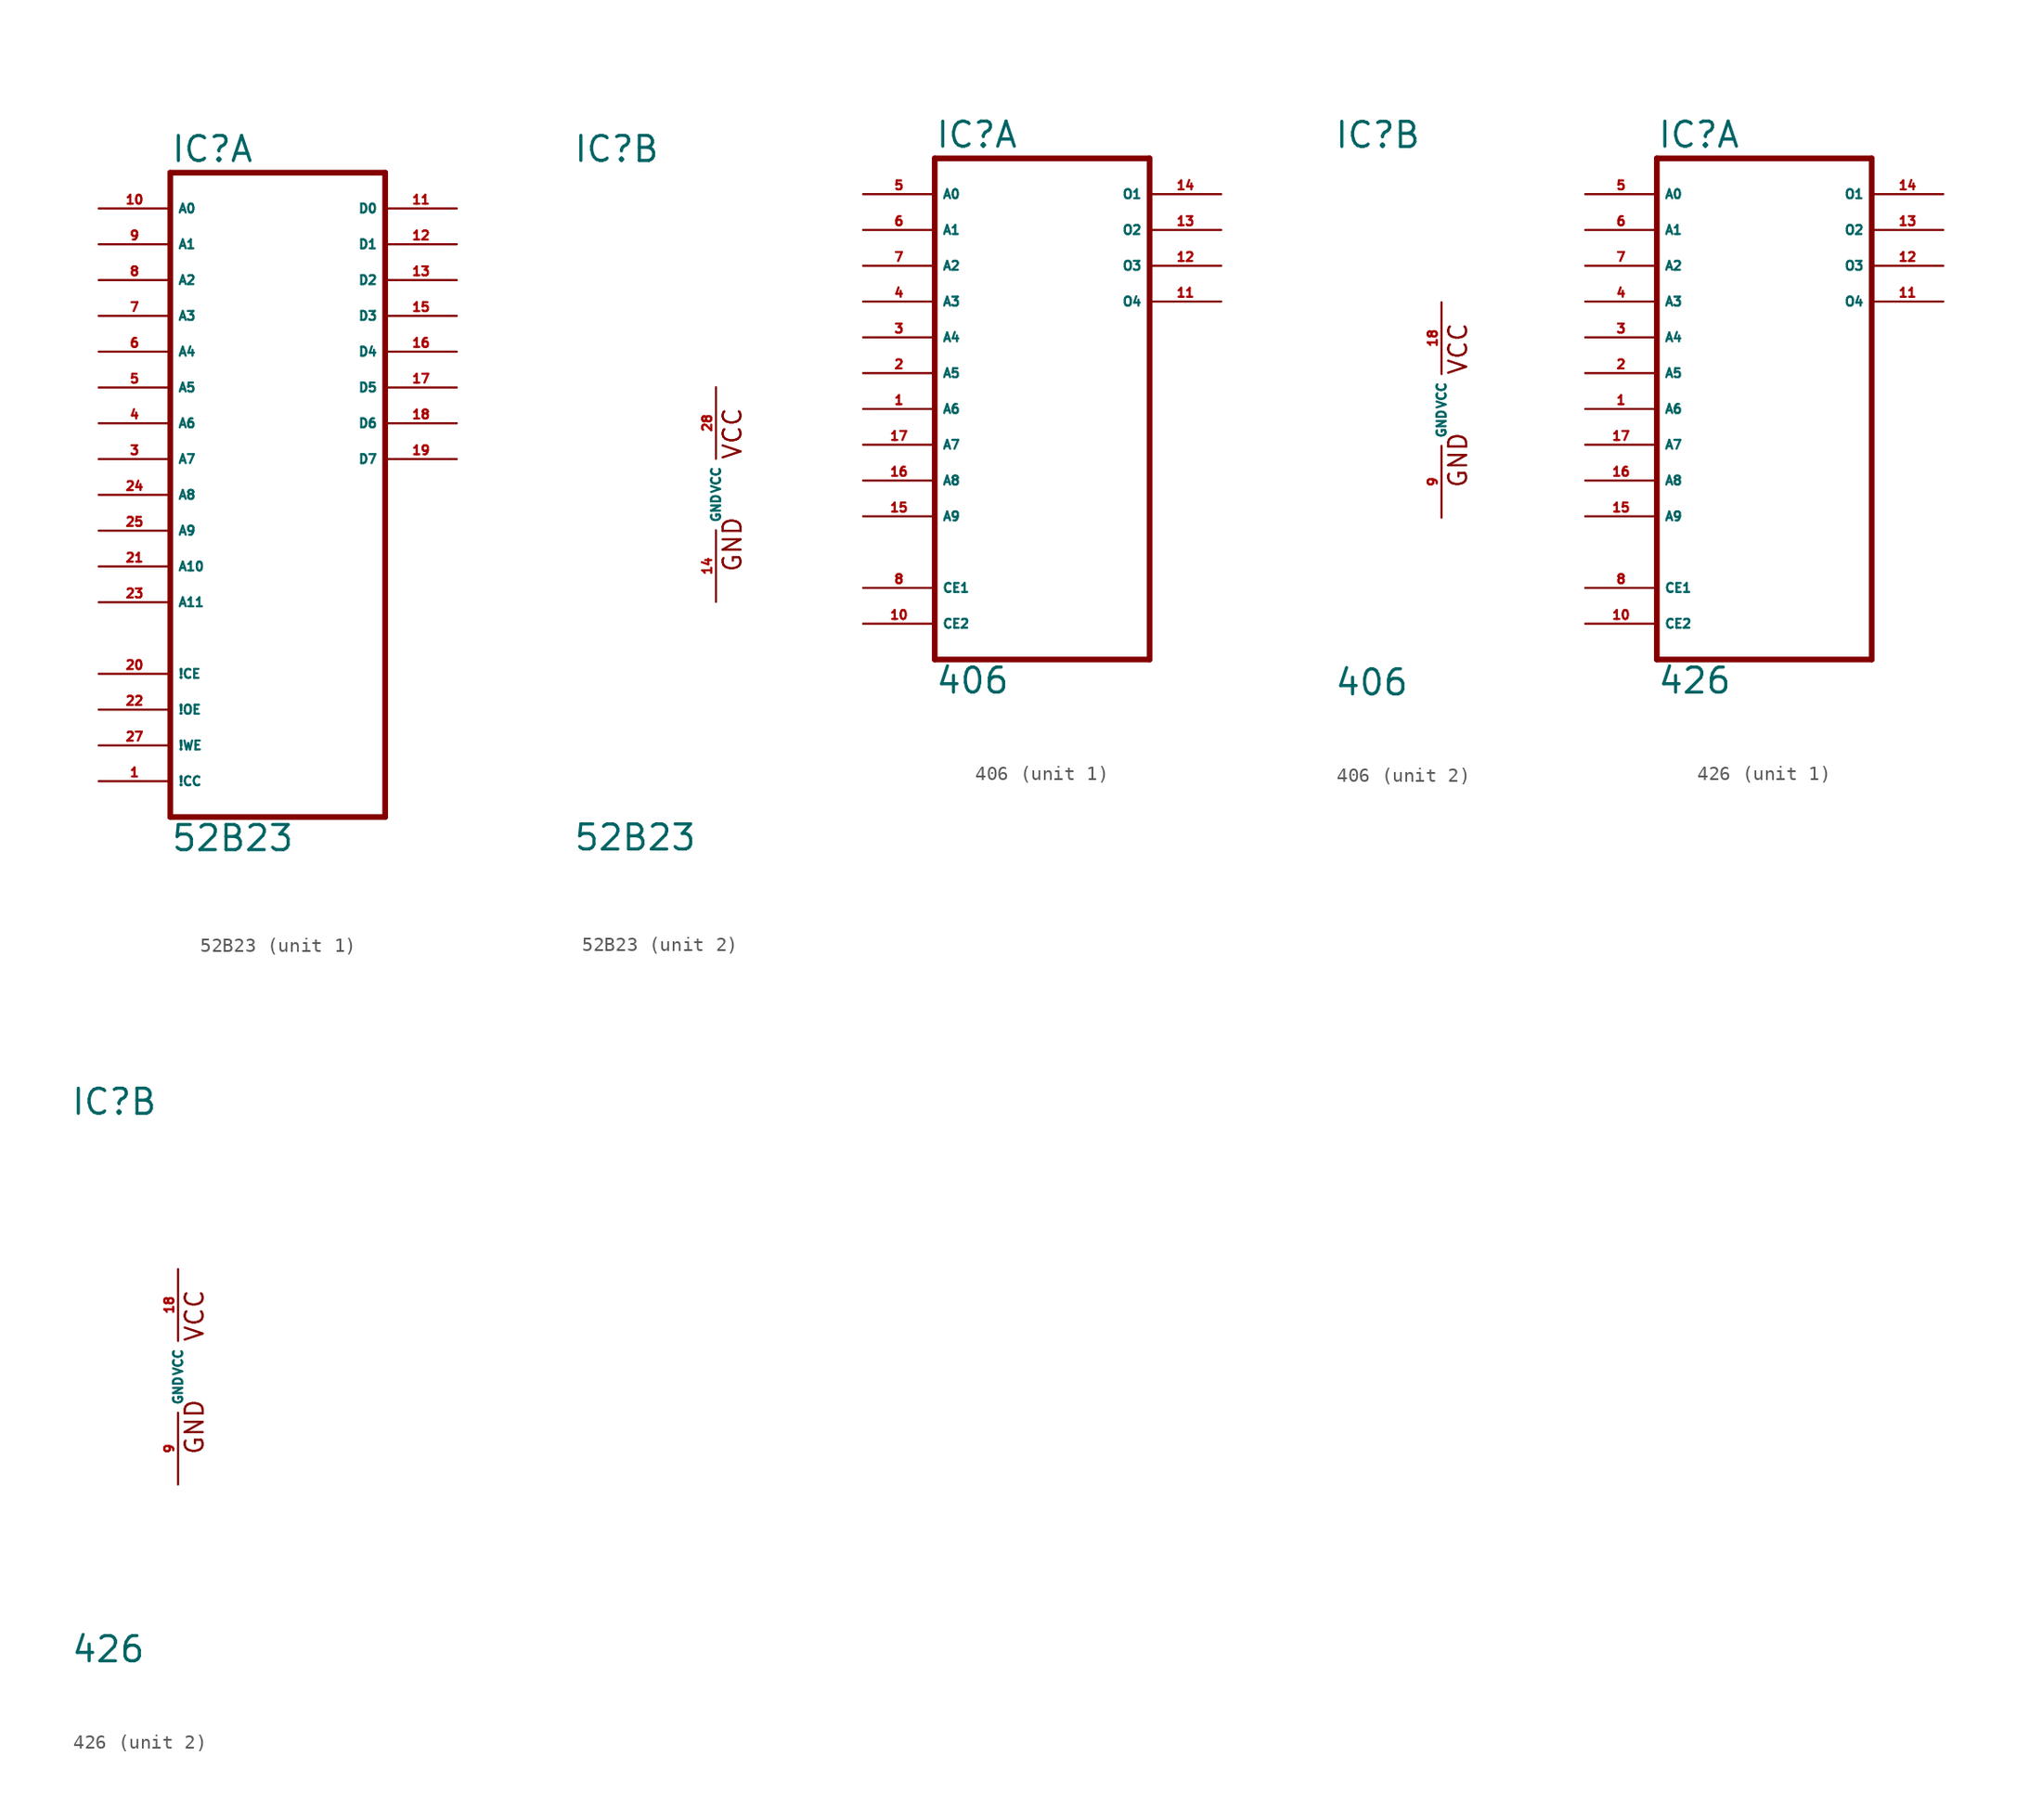
<source format=kicad_sym>
(kicad_symbol_lib
  (version 20220914)
  (generator Eagle2Kicad)
  (symbol "52B23"
    (property "Reference" "IC"
      (at -10.16 23.495 0)
      (effects (font (size 1.778 1.778) (thickness 0.22)) (justify left bottom)))
    (property "Value" "52B23"
      (at -10.16 -25.4 0)
      (effects (font (size 1.778 1.778) (thickness 0.22)) (justify left bottom)))
    (symbol "52B23_1_0"
      (polyline (pts (xy -10.16 -22.86) (xy 5.08 -22.86)) (stroke (width 0.406) (type default)) (fill (type none)))
      (polyline (pts (xy 5.08 -22.86) (xy 5.08 22.86)) (stroke (width 0.406) (type default)) (fill (type none)))
      (polyline (pts (xy 5.08 22.86) (xy -10.16 22.86)) (stroke (width 0.406) (type default)) (fill (type none)))
      (polyline (pts (xy -10.16 22.86) (xy -10.16 -22.86)) (stroke (width 0.406) (type default)) (fill (type none)))
      (pin input line (at -15.24 -20.32 0) (length 5.08) (name "!CC" (effects (font (size 0.635 0.635) (thickness 0.08)) (justify left bottom))) (number "1" (effects (font (size 0.635 0.635) (thickness 0.08)) (justify left bottom))))
      (pin input line (at -15.24 2.54 0) (length 5.08) (name "A7" (effects (font (size 0.635 0.635) (thickness 0.08)) (justify left bottom))) (number "3" (effects (font (size 0.635 0.635) (thickness 0.08)) (justify left bottom))))
      (pin input line (at -15.24 5.08 0) (length 5.08) (name "A6" (effects (font (size 0.635 0.635) (thickness 0.08)) (justify left bottom))) (number "4" (effects (font (size 0.635 0.635) (thickness 0.08)) (justify left bottom))))
      (pin input line (at -15.24 7.62 0) (length 5.08) (name "A5" (effects (font (size 0.635 0.635) (thickness 0.08)) (justify left bottom))) (number "5" (effects (font (size 0.635 0.635) (thickness 0.08)) (justify left bottom))))
      (pin input line (at -15.24 10.16 0) (length 5.08) (name "A4" (effects (font (size 0.635 0.635) (thickness 0.08)) (justify left bottom))) (number "6" (effects (font (size 0.635 0.635) (thickness 0.08)) (justify left bottom))))
      (pin input line (at -15.24 12.7 0) (length 5.08) (name "A3" (effects (font (size 0.635 0.635) (thickness 0.08)) (justify left bottom))) (number "7" (effects (font (size 0.635 0.635) (thickness 0.08)) (justify left bottom))))
      (pin input line (at -15.24 15.24 0) (length 5.08) (name "A2" (effects (font (size 0.635 0.635) (thickness 0.08)) (justify left bottom))) (number "8" (effects (font (size 0.635 0.635) (thickness 0.08)) (justify left bottom))))
      (pin input line (at -15.24 17.78 0) (length 5.08) (name "A1" (effects (font (size 0.635 0.635) (thickness 0.08)) (justify left bottom))) (number "9" (effects (font (size 0.635 0.635) (thickness 0.08)) (justify left bottom))))
      (pin input line (at -15.24 20.32 0) (length 5.08) (name "A0" (effects (font (size 0.635 0.635) (thickness 0.08)) (justify left bottom))) (number "10" (effects (font (size 0.635 0.635) (thickness 0.08)) (justify left bottom))))
      (pin bidirectional line (at 10.16 20.32 180) (length 5.08) (name "D0" (effects (font (size 0.635 0.635) (thickness 0.08)) (justify left bottom))) (number "11" (effects (font (size 0.635 0.635) (thickness 0.08)) (justify left bottom))))
      (pin bidirectional line (at 10.16 17.78 180) (length 5.08) (name "D1" (effects (font (size 0.635 0.635) (thickness 0.08)) (justify left bottom))) (number "12" (effects (font (size 0.635 0.635) (thickness 0.08)) (justify left bottom))))
      (pin bidirectional line (at 10.16 15.24 180) (length 5.08) (name "D2" (effects (font (size 0.635 0.635) (thickness 0.08)) (justify left bottom))) (number "13" (effects (font (size 0.635 0.635) (thickness 0.08)) (justify left bottom))))
      (pin bidirectional line (at 10.16 12.7 180) (length 5.08) (name "D3" (effects (font (size 0.635 0.635) (thickness 0.08)) (justify left bottom))) (number "15" (effects (font (size 0.635 0.635) (thickness 0.08)) (justify left bottom))))
      (pin bidirectional line (at 10.16 10.16 180) (length 5.08) (name "D4" (effects (font (size 0.635 0.635) (thickness 0.08)) (justify left bottom))) (number "16" (effects (font (size 0.635 0.635) (thickness 0.08)) (justify left bottom))))
      (pin bidirectional line (at 10.16 7.62 180) (length 5.08) (name "D5" (effects (font (size 0.635 0.635) (thickness 0.08)) (justify left bottom))) (number "17" (effects (font (size 0.635 0.635) (thickness 0.08)) (justify left bottom))))
      (pin bidirectional line (at 10.16 5.08 180) (length 5.08) (name "D6" (effects (font (size 0.635 0.635) (thickness 0.08)) (justify left bottom))) (number "18" (effects (font (size 0.635 0.635) (thickness 0.08)) (justify left bottom))))
      (pin bidirectional line (at 10.16 2.54 180) (length 5.08) (name "D7" (effects (font (size 0.635 0.635) (thickness 0.08)) (justify left bottom))) (number "19" (effects (font (size 0.635 0.635) (thickness 0.08)) (justify left bottom))))
      (pin input line (at -15.24 -12.7 0) (length 5.08) (name "!CE" (effects (font (size 0.635 0.635) (thickness 0.08)) (justify left bottom))) (number "20" (effects (font (size 0.635 0.635) (thickness 0.08)) (justify left bottom))))
      (pin input line (at -15.24 -5.08 0) (length 5.08) (name "A10" (effects (font (size 0.635 0.635) (thickness 0.08)) (justify left bottom))) (number "21" (effects (font (size 0.635 0.635) (thickness 0.08)) (justify left bottom))))
      (pin input line (at -15.24 -15.24 0) (length 5.08) (name "!OE" (effects (font (size 0.635 0.635) (thickness 0.08)) (justify left bottom))) (number "22" (effects (font (size 0.635 0.635) (thickness 0.08)) (justify left bottom))))
      (pin input line (at -15.24 -7.62 0) (length 5.08) (name "A11" (effects (font (size 0.635 0.635) (thickness 0.08)) (justify left bottom))) (number "23" (effects (font (size 0.635 0.635) (thickness 0.08)) (justify left bottom))))
      (pin input line (at -15.24 0 0) (length 5.08) (name "A8" (effects (font (size 0.635 0.635) (thickness 0.08)) (justify left bottom))) (number "24" (effects (font (size 0.635 0.635) (thickness 0.08)) (justify left bottom))))
      (pin input line (at -15.24 -2.54 0) (length 5.08) (name "A9" (effects (font (size 0.635 0.635) (thickness 0.08)) (justify left bottom))) (number "25" (effects (font (size 0.635 0.635) (thickness 0.08)) (justify left bottom))))
      (pin input line (at -15.24 -17.78 0) (length 5.08) (name "!WE" (effects (font (size 0.635 0.635) (thickness 0.08)) (justify left bottom))) (number "27" (effects (font (size 0.635 0.635) (thickness 0.08)) (justify left bottom)))))
    (symbol "52B23_2_0"
      (text "GND" (at 1.905 -5.588 900) (effects (font (size 1.27 1.27) (thickness 0.16)) (justify left bottom)))
      (text "VCC" (at 1.905 2.413 900) (effects (font (size 1.27 1.27) (thickness 0.16)) (justify left bottom)))
      (pin unspecified line (at 0 -7.62 90) (length 5.08) (name "GND" (effects (font (size 0.635 0.635) (thickness 0.08)) (justify left bottom))) (number "14" (effects (font (size 0.635 0.635) (thickness 0.08)) (justify left bottom))))
      (pin unspecified line (at 0 7.62 270) (length 5.08) (name "VCC" (effects (font (size 0.635 0.635) (thickness 0.08)) (justify left bottom))) (number "28" (effects (font (size 0.635 0.635) (thickness 0.08)) (justify left bottom))))))
  (symbol "406"
    (property "Reference" "IC"
      (at -7.62 18.415 0)
      (effects (font (size 1.778 1.778) (thickness 0.22)) (justify left bottom)))
    (property "Value" "406"
      (at -7.62 -20.32 0)
      (effects (font (size 1.778 1.778) (thickness 0.22)) (justify left bottom)))
    (symbol "406_1_0"
      (polyline (pts (xy -7.62 -17.78) (xy 7.62 -17.78)) (stroke (width 0.406) (type default)) (fill (type none)))
      (polyline (pts (xy 7.62 -17.78) (xy 7.62 17.78)) (stroke (width 0.406) (type default)) (fill (type none)))
      (polyline (pts (xy 7.62 17.78) (xy -7.62 17.78)) (stroke (width 0.406) (type default)) (fill (type none)))
      (polyline (pts (xy -7.62 17.78) (xy -7.62 -17.78)) (stroke (width 0.406) (type default)) (fill (type none)))
      (pin input line (at -12.7 0 0) (length 5.08) (name "A6" (effects (font (size 0.635 0.635) (thickness 0.08)) (justify left bottom))) (number "1" (effects (font (size 0.635 0.635) (thickness 0.08)) (justify left bottom))))
      (pin input line (at -12.7 2.54 0) (length 5.08) (name "A5" (effects (font (size 0.635 0.635) (thickness 0.08)) (justify left bottom))) (number "2" (effects (font (size 0.635 0.635) (thickness 0.08)) (justify left bottom))))
      (pin input line (at -12.7 5.08 0) (length 5.08) (name "A4" (effects (font (size 0.635 0.635) (thickness 0.08)) (justify left bottom))) (number "3" (effects (font (size 0.635 0.635) (thickness 0.08)) (justify left bottom))))
      (pin input line (at -12.7 7.62 0) (length 5.08) (name "A3" (effects (font (size 0.635 0.635) (thickness 0.08)) (justify left bottom))) (number "4" (effects (font (size 0.635 0.635) (thickness 0.08)) (justify left bottom))))
      (pin input line (at -12.7 15.24 0) (length 5.08) (name "A0" (effects (font (size 0.635 0.635) (thickness 0.08)) (justify left bottom))) (number "5" (effects (font (size 0.635 0.635) (thickness 0.08)) (justify left bottom))))
      (pin input line (at -12.7 12.7 0) (length 5.08) (name "A1" (effects (font (size 0.635 0.635) (thickness 0.08)) (justify left bottom))) (number "6" (effects (font (size 0.635 0.635) (thickness 0.08)) (justify left bottom))))
      (pin input line (at -12.7 10.16 0) (length 5.08) (name "A2" (effects (font (size 0.635 0.635) (thickness 0.08)) (justify left bottom))) (number "7" (effects (font (size 0.635 0.635) (thickness 0.08)) (justify left bottom))))
      (pin input line (at -12.7 -12.7 0) (length 5.08) (name "CE1" (effects (font (size 0.635 0.635) (thickness 0.08)) (justify left bottom))) (number "8" (effects (font (size 0.635 0.635) (thickness 0.08)) (justify left bottom))))
      (pin input line (at -12.7 -15.24 0) (length 5.08) (name "CE2" (effects (font (size 0.635 0.635) (thickness 0.08)) (justify left bottom))) (number "10" (effects (font (size 0.635 0.635) (thickness 0.08)) (justify left bottom))))
      (pin open_collector line (at 12.7 7.62 180) (length 5.08) (name "O4" (effects (font (size 0.635 0.635) (thickness 0.08)) (justify left bottom))) (number "11" (effects (font (size 0.635 0.635) (thickness 0.08)) (justify left bottom))))
      (pin open_collector line (at 12.7 10.16 180) (length 5.08) (name "O3" (effects (font (size 0.635 0.635) (thickness 0.08)) (justify left bottom))) (number "12" (effects (font (size 0.635 0.635) (thickness 0.08)) (justify left bottom))))
      (pin open_collector line (at 12.7 12.7 180) (length 5.08) (name "O2" (effects (font (size 0.635 0.635) (thickness 0.08)) (justify left bottom))) (number "13" (effects (font (size 0.635 0.635) (thickness 0.08)) (justify left bottom))))
      (pin open_collector line (at 12.7 15.24 180) (length 5.08) (name "O1" (effects (font (size 0.635 0.635) (thickness 0.08)) (justify left bottom))) (number "14" (effects (font (size 0.635 0.635) (thickness 0.08)) (justify left bottom))))
      (pin input line (at -12.7 -7.62 0) (length 5.08) (name "A9" (effects (font (size 0.635 0.635) (thickness 0.08)) (justify left bottom))) (number "15" (effects (font (size 0.635 0.635) (thickness 0.08)) (justify left bottom))))
      (pin input line (at -12.7 -5.08 0) (length 5.08) (name "A8" (effects (font (size 0.635 0.635) (thickness 0.08)) (justify left bottom))) (number "16" (effects (font (size 0.635 0.635) (thickness 0.08)) (justify left bottom))))
      (pin input line (at -12.7 -2.54 0) (length 5.08) (name "A7" (effects (font (size 0.635 0.635) (thickness 0.08)) (justify left bottom))) (number "17" (effects (font (size 0.635 0.635) (thickness 0.08)) (justify left bottom)))))
    (symbol "406_2_0"
      (text "GND" (at 1.905 -5.588 900) (effects (font (size 1.27 1.27) (thickness 0.16)) (justify left bottom)))
      (text "VCC" (at 1.905 2.413 900) (effects (font (size 1.27 1.27) (thickness 0.16)) (justify left bottom)))
      (pin unspecified line (at 0 -7.62 90) (length 5.08) (name "GND" (effects (font (size 0.635 0.635) (thickness 0.08)) (justify left bottom))) (number "9" (effects (font (size 0.635 0.635) (thickness 0.08)) (justify left bottom))))
      (pin unspecified line (at 0 7.62 270) (length 5.08) (name "VCC" (effects (font (size 0.635 0.635) (thickness 0.08)) (justify left bottom))) (number "18" (effects (font (size 0.635 0.635) (thickness 0.08)) (justify left bottom))))))
  (symbol "426"
    (property "Reference" "IC"
      (at -7.62 18.415 0)
      (effects (font (size 1.778 1.778) (thickness 0.22)) (justify left bottom)))
    (property "Value" "426"
      (at -7.62 -20.32 0)
      (effects (font (size 1.778 1.778) (thickness 0.22)) (justify left bottom)))
    (symbol "426_1_0"
      (polyline (pts (xy -7.62 -17.78) (xy 7.62 -17.78)) (stroke (width 0.406) (type default)) (fill (type none)))
      (polyline (pts (xy 7.62 -17.78) (xy 7.62 17.78)) (stroke (width 0.406) (type default)) (fill (type none)))
      (polyline (pts (xy 7.62 17.78) (xy -7.62 17.78)) (stroke (width 0.406) (type default)) (fill (type none)))
      (polyline (pts (xy -7.62 17.78) (xy -7.62 -17.78)) (stroke (width 0.406) (type default)) (fill (type none)))
      (pin input line (at -12.7 0 0) (length 5.08) (name "A6" (effects (font (size 0.635 0.635) (thickness 0.08)) (justify left bottom))) (number "1" (effects (font (size 0.635 0.635) (thickness 0.08)) (justify left bottom))))
      (pin input line (at -12.7 2.54 0) (length 5.08) (name "A5" (effects (font (size 0.635 0.635) (thickness 0.08)) (justify left bottom))) (number "2" (effects (font (size 0.635 0.635) (thickness 0.08)) (justify left bottom))))
      (pin input line (at -12.7 5.08 0) (length 5.08) (name "A4" (effects (font (size 0.635 0.635) (thickness 0.08)) (justify left bottom))) (number "3" (effects (font (size 0.635 0.635) (thickness 0.08)) (justify left bottom))))
      (pin input line (at -12.7 7.62 0) (length 5.08) (name "A3" (effects (font (size 0.635 0.635) (thickness 0.08)) (justify left bottom))) (number "4" (effects (font (size 0.635 0.635) (thickness 0.08)) (justify left bottom))))
      (pin input line (at -12.7 15.24 0) (length 5.08) (name "A0" (effects (font (size 0.635 0.635) (thickness 0.08)) (justify left bottom))) (number "5" (effects (font (size 0.635 0.635) (thickness 0.08)) (justify left bottom))))
      (pin input line (at -12.7 12.7 0) (length 5.08) (name "A1" (effects (font (size 0.635 0.635) (thickness 0.08)) (justify left bottom))) (number "6" (effects (font (size 0.635 0.635) (thickness 0.08)) (justify left bottom))))
      (pin input line (at -12.7 10.16 0) (length 5.08) (name "A2" (effects (font (size 0.635 0.635) (thickness 0.08)) (justify left bottom))) (number "7" (effects (font (size 0.635 0.635) (thickness 0.08)) (justify left bottom))))
      (pin input line (at -12.7 -12.7 0) (length 5.08) (name "CE1" (effects (font (size 0.635 0.635) (thickness 0.08)) (justify left bottom))) (number "8" (effects (font (size 0.635 0.635) (thickness 0.08)) (justify left bottom))))
      (pin input line (at -12.7 -15.24 0) (length 5.08) (name "CE2" (effects (font (size 0.635 0.635) (thickness 0.08)) (justify left bottom))) (number "10" (effects (font (size 0.635 0.635) (thickness 0.08)) (justify left bottom))))
      (pin tri_state line (at 12.7 7.62 180) (length 5.08) (name "O4" (effects (font (size 0.635 0.635) (thickness 0.08)) (justify left bottom))) (number "11" (effects (font (size 0.635 0.635) (thickness 0.08)) (justify left bottom))))
      (pin tri_state line (at 12.7 10.16 180) (length 5.08) (name "O3" (effects (font (size 0.635 0.635) (thickness 0.08)) (justify left bottom))) (number "12" (effects (font (size 0.635 0.635) (thickness 0.08)) (justify left bottom))))
      (pin tri_state line (at 12.7 12.7 180) (length 5.08) (name "O2" (effects (font (size 0.635 0.635) (thickness 0.08)) (justify left bottom))) (number "13" (effects (font (size 0.635 0.635) (thickness 0.08)) (justify left bottom))))
      (pin tri_state line (at 12.7 15.24 180) (length 5.08) (name "O1" (effects (font (size 0.635 0.635) (thickness 0.08)) (justify left bottom))) (number "14" (effects (font (size 0.635 0.635) (thickness 0.08)) (justify left bottom))))
      (pin input line (at -12.7 -7.62 0) (length 5.08) (name "A9" (effects (font (size 0.635 0.635) (thickness 0.08)) (justify left bottom))) (number "15" (effects (font (size 0.635 0.635) (thickness 0.08)) (justify left bottom))))
      (pin input line (at -12.7 -5.08 0) (length 5.08) (name "A8" (effects (font (size 0.635 0.635) (thickness 0.08)) (justify left bottom))) (number "16" (effects (font (size 0.635 0.635) (thickness 0.08)) (justify left bottom))))
      (pin input line (at -12.7 -2.54 0) (length 5.08) (name "A7" (effects (font (size 0.635 0.635) (thickness 0.08)) (justify left bottom))) (number "17" (effects (font (size 0.635 0.635) (thickness 0.08)) (justify left bottom)))))
    (symbol "426_2_0"
      (text "GND" (at 1.905 -5.588 900) (effects (font (size 1.27 1.27) (thickness 0.16)) (justify left bottom)))
      (text "VCC" (at 1.905 2.413 900) (effects (font (size 1.27 1.27) (thickness 0.16)) (justify left bottom)))
      (pin unspecified line (at 0 -7.62 90) (length 5.08) (name "GND" (effects (font (size 0.635 0.635) (thickness 0.08)) (justify left bottom))) (number "9" (effects (font (size 0.635 0.635) (thickness 0.08)) (justify left bottom))))
      (pin unspecified line (at 0 7.62 270) (length 5.08) (name "VCC" (effects (font (size 0.635 0.635) (thickness 0.08)) (justify left bottom))) (number "18" (effects (font (size 0.635 0.635) (thickness 0.08)) (justify left bottom)))))))
</source>
